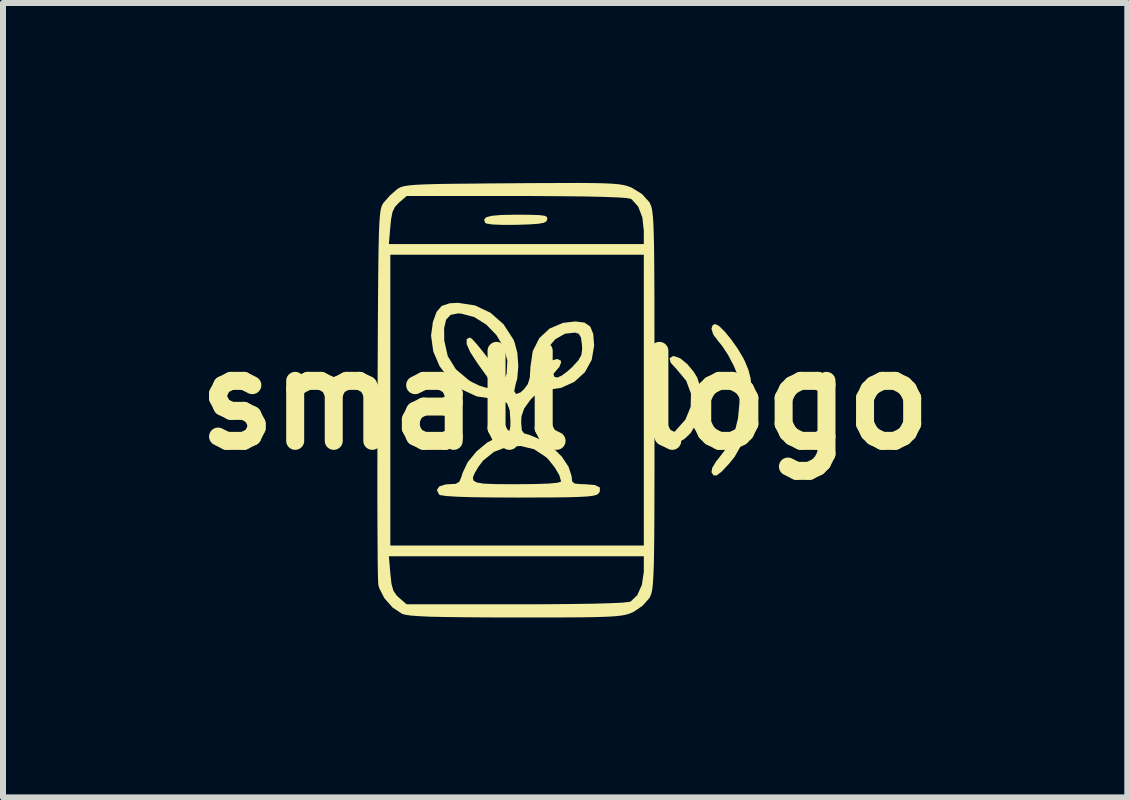
<source format=kicad_pcb>
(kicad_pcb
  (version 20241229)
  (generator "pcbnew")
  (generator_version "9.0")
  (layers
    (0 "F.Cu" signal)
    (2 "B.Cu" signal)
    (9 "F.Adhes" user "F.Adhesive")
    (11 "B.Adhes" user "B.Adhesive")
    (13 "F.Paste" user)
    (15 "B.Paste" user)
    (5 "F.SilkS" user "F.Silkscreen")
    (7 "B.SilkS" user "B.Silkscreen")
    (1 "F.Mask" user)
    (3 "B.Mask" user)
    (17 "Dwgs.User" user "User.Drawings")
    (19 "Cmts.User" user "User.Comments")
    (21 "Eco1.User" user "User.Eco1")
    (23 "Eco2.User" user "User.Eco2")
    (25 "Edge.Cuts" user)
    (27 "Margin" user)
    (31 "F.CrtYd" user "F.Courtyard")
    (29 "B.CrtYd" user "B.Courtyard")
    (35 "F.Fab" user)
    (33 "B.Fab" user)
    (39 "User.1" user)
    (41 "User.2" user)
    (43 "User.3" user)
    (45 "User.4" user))
  (footprint "small logo"
    (layer "F.Cu")
    (at 6.371 3.621)
    (property "Reference" "small logo" (at 0 0 0) (layer "F.SilkS") (effects (font (size 1.5 1.5) (thickness 0.3))))
    (attr board_only exclude_from_pos_files exclude_from_bom)
    (fp_poly (pts (xy -0.574 -3.09) (xy -0.429 -3.085) (xy -0.343 -3.074) (xy -0.304 -3.055) (xy -0.296 -3.025) (xy -0.298 -3.014) (xy -0.314 -2.979) (xy -0.36 -2.956) (xy -0.449 -2.94) (xy -0.597 -2.93) (xy -0.809 -2.923) (xy -1.043 -2.922) (xy -1.215 -2.929) (xy -1.314 -2.945) (xy -1.334 -2.957) (xy -1.35 -3.011) (xy -1.314 -3.05) (xy -1.218 -3.074) (xy -1.052 -3.088) (xy -0.806 -3.092) (xy -0.795 -3.092)) (stroke (width 0) (type solid)) (fill yes) (layer "F.SilkS"))
    (fp_poly (pts (xy 1.918 -0.698) (xy 2.034 -0.604) (xy 2.143 -0.474) (xy 2.203 -0.376) (xy 2.277 -0.142) (xy 2.28 0.106) (xy 2.216 0.345) (xy 2.091 0.55) (xy 1.997 0.641) (xy 1.865 0.721) (xy 1.771 0.722) (xy 1.731 0.683) (xy 1.741 0.623) (xy 1.811 0.538) (xy 1.835 0.516) (xy 2.006 0.323) (xy 2.093 0.11) (xy 2.098 -0.109) (xy 2.019 -0.323) (xy 1.857 -0.518) (xy 1.851 -0.524) (xy 1.76 -0.624) (xy 1.741 -0.697) (xy 1.793 -0.732) (xy 1.82 -0.734)) (stroke (width 0) (type solid)) (fill yes) (layer "F.SilkS"))
    (fp_poly (pts (xy 2.571 -1.232) (xy 2.665 -1.139) (xy 2.772 -1.007) (xy 2.879 -0.856) (xy 2.969 -0.704) (xy 2.996 -0.65) (xy 3.057 -0.502) (xy 3.092 -0.364) (xy 3.107 -0.201) (xy 3.11 -0.022) (xy 3.078 0.348) (xy 2.985 0.665) (xy 2.825 0.946) (xy 2.73 1.063) (xy 2.609 1.192) (xy 2.528 1.254) (xy 2.475 1.255) (xy 2.44 1.201) (xy 2.453 1.127) (xy 2.518 1.02) (xy 2.553 0.978) (xy 2.716 0.764) (xy 2.822 0.549) (xy 2.882 0.303) (xy 2.905 0.06) (xy 2.912 -0.139) (xy 2.905 -0.282) (xy 2.879 -0.402) (xy 2.83 -0.53) (xy 2.805 -0.585) (xy 2.718 -0.751) (xy 2.617 -0.905) (xy 2.55 -0.987) (xy 2.469 -1.095) (xy 2.439 -1.191) (xy 2.462 -1.254) (xy 2.507 -1.268)) (stroke (width 0) (type solid)) (fill yes) (layer "F.SilkS"))
    (fp_poly (pts (xy 0.469 -3.619) (xy 0.652 -3.615) (xy 0.792 -3.608) (xy 0.896 -3.599) (xy 0.975 -3.586) (xy 1.037 -3.57) (xy 1.091 -3.55) (xy 1.112 -3.541) (xy 1.281 -3.437) (xy 1.4 -3.306) (xy 1.417 -3.276) (xy 1.432 -3.241) (xy 1.445 -3.196) (xy 1.455 -3.134) (xy 1.464 -3.049) (xy 1.472 -2.934) (xy 1.477 -2.782) (xy 1.482 -2.589) (xy 1.485 -2.346) (xy 1.487 -2.048) (xy 1.489 -1.689) (xy 1.489 -1.261) (xy 1.49 -0.759) (xy 1.49 -0.177) (xy 1.49 0) (xy 1.49 0.606) (xy 1.49 1.13) (xy 1.489 1.578) (xy 1.488 1.955) (xy 1.486 2.27) (xy 1.483 2.527) (xy 1.479 2.733) (xy 1.473 2.896) (xy 1.466 3.02) (xy 1.458 3.113) (xy 1.448 3.181) (xy 1.436 3.23) (xy 1.421 3.267) (xy 1.405 3.298) (xy 1.4 3.305) (xy 1.291 3.428) (xy 1.142 3.529) (xy 1.122 3.538) (xy 1.07 3.56) (xy 1.011 3.577) (xy 0.937 3.591) (xy 0.838 3.602) (xy 0.705 3.61) (xy 0.529 3.616) (xy 0.302 3.62) (xy 0.013 3.622) (xy -0.345 3.623) (xy -0.783 3.623) (xy -0.823 3.623) (xy -1.294 3.622) (xy -1.683 3.619) (xy -1.998 3.615) (xy -2.247 3.61) (xy -2.435 3.601) (xy -2.572 3.591) (xy -2.663 3.578) (xy -2.716 3.563) (xy -2.876 3.457) (xy -3.013 3.302) (xy -3.101 3.13) (xy -3.114 3.079) (xy -3.118 3.011) (xy -3.122 2.862) (xy -3.125 2.639) (xy -3.125 2.602) (xy -2.938 2.602) (xy -2.913 2.897) (xy -2.894 3.066) (xy -2.863 3.176) (xy -2.81 3.254) (xy -2.765 3.297) (xy -2.642 3.403) (xy -0.818 3.403) (xy -0.317 3.402) (xy 0.114 3.398) (xy 0.471 3.393) (xy 0.751 3.385) (xy 0.95 3.376) (xy 1.066 3.364) (xy 1.092 3.357) (xy 1.203 3.251) (xy 1.279 3.08) (xy 1.312 2.865) (xy 1.312 2.827) (xy 1.312 2.602) (xy -0.813 2.602) (xy -2.938 2.602) (xy -3.125 2.602) (xy -3.127 2.35) (xy -3.129 2.003) (xy -3.13 1.605) (xy -3.13 1.164) (xy -3.129 0.687) (xy -3.128 0.183) (xy -3.127 0) (xy -2.914 0) (xy -2.914 2.424) (xy -0.801 2.424) (xy 1.312 2.424) (xy 1.312 0) (xy 1.312 -2.424) (xy -0.801 -2.424) (xy -2.914 -2.424) (xy -2.914 0) (xy -3.127 0) (xy -3.127 -0.119) (xy -3.124 -0.714) (xy -3.122 -1.227) (xy -3.119 -1.664) (xy -3.116 -2.031) (xy -3.113 -2.335) (xy -3.109 -2.583) (xy -3.108 -2.602) (xy -2.938 -2.602) (xy -0.813 -2.602) (xy 1.312 -2.602) (xy 1.312 -2.827) (xy 1.287 -3.048) (xy 1.218 -3.227) (xy 1.112 -3.345) (xy 1.092 -3.357) (xy 1.023 -3.37) (xy 0.869 -3.38) (xy 0.632 -3.389) (xy 0.316 -3.396) (xy -0.075 -3.4) (xy -0.538 -3.403) (xy -0.818 -3.403) (xy -2.642 -3.403) (xy -2.765 -3.297) (xy -2.835 -3.224) (xy -2.878 -3.136) (xy -2.903 -3.004) (xy -2.913 -2.897) (xy -2.938 -2.602) (xy -3.108 -2.602) (xy -3.104 -2.78) (xy -3.098 -2.933) (xy -3.09 -3.049) (xy -3.081 -3.134) (xy -3.07 -3.195) (xy -3.057 -3.237) (xy -3.042 -3.268) (xy -3.024 -3.294) (xy -3.022 -3.297) (xy -2.916 -3.416) (xy -2.808 -3.511) (xy -2.774 -3.534) (xy -2.735 -3.553) (xy -2.681 -3.568) (xy -2.604 -3.58) (xy -2.495 -3.59) (xy -2.346 -3.597) (xy -2.148 -3.603) (xy -1.892 -3.607) (xy -1.57 -3.61) (xy -1.173 -3.614) (xy -0.885 -3.616) (xy -0.436 -3.619) (xy -0.066 -3.62) (xy 0.232 -3.621)) (stroke (width 0) (type solid)) (fill yes) (layer "F.SilkS"))
    (fp_poly (pts (xy -1.502 -1.579) (xy -1.244 -1.457) (xy -1.027 -1.266) (xy -0.865 -1.016) (xy -0.845 -0.972) (xy -0.796 -0.786) (xy -0.78 -0.567) (xy -0.798 -0.359) (xy -0.825 -0.263) (xy -0.848 -0.149) (xy -0.818 -0.102) (xy -0.744 -0.129) (xy -0.688 -0.18) (xy -0.622 -0.268) (xy -0.589 -0.374) (xy -0.582 -0.489) (xy -0.43 -0.489) (xy -0.323 -0.589) (xy -0.22 -0.663) (xy -0.129 -0.687) (xy -0.074 -0.66) (xy -0.067 -0.628) (xy -0.098 -0.55) (xy -0.133 -0.512) (xy -0.194 -0.438) (xy -0.18 -0.389) (xy -0.128 -0.378) (xy -0.059 -0.408) (xy 0.044 -0.484) (xy 0.119 -0.553) (xy 0.221 -0.664) (xy 0.271 -0.752) (xy 0.284 -0.851) (xy 0.281 -0.92) (xy 0.264 -1.045) (xy 0.228 -1.106) (xy 0.168 -1.126) (xy -0.002 -1.108) (xy -0.163 -1.016) (xy -0.296 -0.863) (xy -0.387 -0.663) (xy -0.398 -0.623) (xy -0.43 -0.489) (xy -0.582 -0.489) (xy -0.579 -0.532) (xy -0.579 -0.551) (xy -0.54 -0.816) (xy -0.431 -1.033) (xy -0.26 -1.193) (xy -0.035 -1.289) (xy 0.172 -1.312) (xy 0.323 -1.293) (xy 0.419 -1.228) (xy 0.469 -1.104) (xy 0.484 -0.909) (xy 0.443 -0.671) (xy 0.329 -0.465) (xy 0.155 -0.306) (xy -0.064 -0.206) (xy -0.233 -0.18) (xy -0.367 -0.165) (xy -0.463 -0.12) (xy -0.56 -0.026) (xy -0.585 0.003) (xy -0.683 0.14) (xy -0.727 0.269) (xy -0.733 0.367) (xy -0.721 0.504) (xy -0.682 0.556) (xy -0.676 0.556) (xy -0.607 0.575) (xy -0.488 0.623) (xy -0.382 0.674) (xy -0.207 0.79) (xy -0.054 0.943) (xy 0.057 1.11) (xy 0.109 1.269) (xy 0.111 1.299) (xy 0.12 1.36) (xy 0.161 1.39) (xy 0.258 1.4) (xy 0.331 1.401) (xy 0.497 1.415) (xy 0.58 1.456) (xy 0.578 1.525) (xy 0.554 1.559) (xy 0.526 1.578) (xy 0.469 1.593) (xy 0.375 1.605) (xy 0.234 1.613) (xy 0.036 1.619) (xy -0.226 1.622) (xy -0.563 1.623) (xy -0.775 1.624) (xy -1.199 1.622) (xy -1.537 1.618) (xy -1.793 1.61) (xy -1.971 1.599) (xy -2.073 1.585) (xy -2.101 1.574) (xy -2.138 1.498) (xy -2.098 1.438) (xy -1.99 1.404) (xy -1.932 1.401) (xy -1.822 1.395) (xy -1.763 1.359) (xy -1.733 1.287) (xy -1.537 1.287) (xy -1.529 1.339) (xy -1.474 1.372) (xy -1.361 1.391) (xy -1.182 1.399) (xy -0.926 1.401) (xy -0.801 1.401) (xy -0.49 1.398) (xy -0.264 1.39) (xy -0.122 1.376) (xy -0.067 1.357) (xy -0.067 1.355) (xy -0.096 1.253) (xy -0.173 1.122) (xy -0.277 0.991) (xy -0.319 0.949) (xy -0.516 0.819) (xy -0.74 0.764) (xy -0.97 0.779) (xy -1.186 0.862) (xy -1.37 1.01) (xy -1.445 1.111) (xy -1.506 1.213) (xy -1.537 1.287) (xy -1.733 1.287) (xy -1.726 1.27) (xy -1.712 1.219) (xy -1.625 1.035) (xy -1.478 0.855) (xy -1.297 0.705) (xy -1.107 0.611) (xy -1.101 0.609) (xy -0.985 0.57) (xy -0.93 0.523) (xy -0.913 0.437) (xy -0.912 0.351) (xy -0.924 0.166) (xy -0.968 0.052) (xy -1.056 -0.006) (xy -1.2 -0.022) (xy -1.204 -0.022) (xy -1.474 -0.063) (xy -1.72 -0.177) (xy -1.929 -0.348) (xy -2.092 -0.565) (xy -2.198 -0.812) (xy -2.235 -1.076) (xy -2.218 -1.2) (xy -2.017 -1.2) (xy -2.015 -0.995) (xy -1.956 -0.733) (xy -1.82 -0.513) (xy -1.604 -0.332) (xy -1.553 -0.301) (xy -1.422 -0.239) (xy -1.306 -0.205) (xy -1.226 -0.203) (xy -1.2 -0.235) (xy -1.21 -0.258) (xy -1.252 -0.32) (xy -1.33 -0.432) (xy -1.432 -0.574) (xy -1.461 -0.615) (xy -1.582 -0.8) (xy -1.642 -0.936) (xy -1.641 -1.019) (xy -1.585 -1.045) (xy -1.543 -1.012) (xy -1.462 -0.921) (xy -1.355 -0.789) (xy -1.275 -0.684) (xy -1.153 -0.523) (xy -1.073 -0.425) (xy -1.025 -0.381) (xy -0.997 -0.384) (xy -0.98 -0.424) (xy -0.975 -0.442) (xy -0.963 -0.66) (xy -1.025 -0.881) (xy -1.146 -1.086) (xy -1.313 -1.259) (xy -1.513 -1.384) (xy -1.732 -1.443) (xy -1.787 -1.446) (xy -1.909 -1.422) (xy -1.984 -1.343) (xy -2.017 -1.2) (xy -2.218 -1.2) (xy -2.205 -1.301) (xy -2.143 -1.472) (xy -2.057 -1.571) (xy -1.925 -1.615) (xy -1.787 -1.623)) (stroke (width 0) (type solid)) (fill yes) (layer "F.SilkS")))
  (gr_rect
    (start -3 -3)
    (end 15.743 10.243)
    (stroke (width 0.1) (type default))
    (fill no)
    (layer "Edge.Cuts")))
</source>
